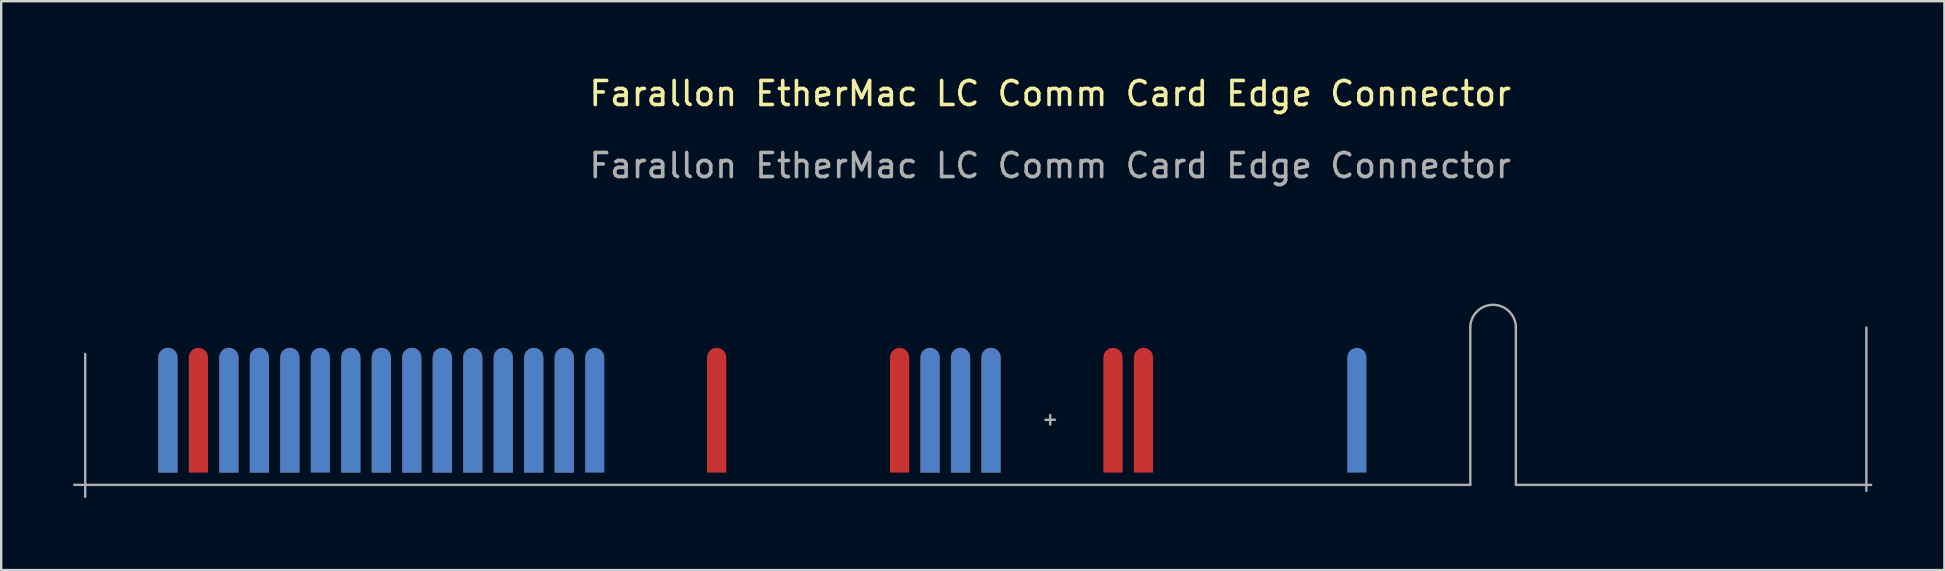
<source format=kicad_pcb>
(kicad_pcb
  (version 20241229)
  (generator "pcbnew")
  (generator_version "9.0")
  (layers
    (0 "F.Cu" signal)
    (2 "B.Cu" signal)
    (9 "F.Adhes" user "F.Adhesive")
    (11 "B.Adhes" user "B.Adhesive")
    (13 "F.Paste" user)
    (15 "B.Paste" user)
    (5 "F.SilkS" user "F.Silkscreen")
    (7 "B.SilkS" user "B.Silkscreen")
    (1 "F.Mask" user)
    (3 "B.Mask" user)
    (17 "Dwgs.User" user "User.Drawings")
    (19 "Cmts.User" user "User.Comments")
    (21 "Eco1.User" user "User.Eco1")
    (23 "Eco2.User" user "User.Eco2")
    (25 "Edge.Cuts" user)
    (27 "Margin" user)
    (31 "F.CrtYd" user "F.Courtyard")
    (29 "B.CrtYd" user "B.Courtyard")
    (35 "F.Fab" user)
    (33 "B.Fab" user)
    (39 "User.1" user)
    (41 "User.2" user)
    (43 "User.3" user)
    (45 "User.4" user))
  (footprint "Farallon EtherMac LC Comm Card Edge Connector"
    (layer "F.Cu")
    (at 40.7 14.138)
    (property "Reference" "Farallon EtherMac LC Comm Card Edge Connector" (at 0 -13.29 0) (unlocked yes) (layer "F.SilkS") (effects (font (size 1 1) (thickness 0.15))))
    (attr smd allow_soldermask_bridges)
    (fp_rect (start -40.3 -1.4) (end 18.5 3.2) (stroke (width 0.12) (type solid)) (fill yes) (layer "F.Mask"))
    (fp_rect (start -40.3 -1.4) (end 18.5 3.2) (stroke (width 0.12) (type solid)) (fill yes) (layer "B.Mask"))
    (fp_line (start -40.65 3.01) (end 17.5 3.01) (stroke (width 0.1) (type solid)) (layer "F.Fab"))
    (fp_line (start -40.2 3.51) (end -40.2 -2.44) (stroke (width 0.1) (type solid)) (layer "F.Fab"))
    (fp_line (start -0.2 0.3) (end 0.2 0.3) (stroke (width 0.1) (type default)) (layer "F.Fab"))
    (fp_line (start 0 0.1) (end 0 0.5) (stroke (width 0.1) (type default)) (layer "F.Fab"))
    (fp_line (start 17.5 3.01) (end 17.5 -3.54) (stroke (width 0.1) (type solid)) (layer "F.Fab"))
    (fp_line (start 19.4 -3.54) (end 19.4 3.01) (stroke (width 0.1) (type solid)) (layer "F.Fab"))
    (fp_line (start 19.4 3.01) (end 34.2 3.01) (stroke (width 0.1) (type solid)) (layer "F.Fab"))
    (fp_line (start 34 3.26) (end 34 -3.54) (stroke (width 0.1) (type solid)) (layer "F.Fab"))
    (fp_arc (start 17.5 -3.54) (mid 18.45 -4.49) (end 19.4 -3.54) (stroke (width 0.1) (type solid)) (layer "F.Fab"))
    (fp_text user "${REFERENCE}" (at 0 -10.29 0) (unlocked yes) (layer "F.Fab") (effects (font (size 1 1) (thickness 0.15))))
    (pad "5" connect roundrect (at -36.755 -0.1) (size 0.8 5.2) (layers "B.Cu" "B.Mask") (roundrect_rratio 0.5) (chamfer_ratio 0) (chamfer bottom_left bottom_right))
    (pad "6" connect roundrect (at -36.755 -0.1) (size 0.8 5.2) (layers "F.Cu" "F.Mask") (roundrect_rratio 0.5) (chamfer_ratio 0) (chamfer bottom_left bottom_right))
    (pad "8" connect roundrect (at -35.485 -0.1) (size 0.8 5.2) (layers "F.Cu" "F.Mask") (roundrect_rratio 0.5) (chamfer_ratio 0) (chamfer bottom_left bottom_right))
    (pad "9" connect roundrect (at -34.215 -0.1) (size 0.8 5.2) (layers "B.Cu" "B.Mask") (roundrect_rratio 0.5) (chamfer_ratio 0) (chamfer bottom_left bottom_right))
    (pad "10" connect roundrect (at -34.215 -0.1) (size 0.8 5.2) (layers "F.Cu" "F.Mask") (roundrect_rratio 0.5) (chamfer_ratio 0) (chamfer bottom_left bottom_right))
    (pad "11" connect roundrect (at -32.945 -0.1) (size 0.8 5.2) (layers "B.Cu" "B.Mask") (roundrect_rratio 0.5) (chamfer_ratio 0) (chamfer bottom_left bottom_right))
    (pad "12" connect roundrect (at -32.945 -0.1) (size 0.8 5.2) (layers "F.Cu" "F.Mask") (roundrect_rratio 0.5) (chamfer_ratio 0) (chamfer bottom_left bottom_right))
    (pad "13" connect roundrect (at -31.675 -0.1) (size 0.8 5.2) (layers "B.Cu" "B.Mask") (roundrect_rratio 0.5) (chamfer_ratio 0) (chamfer bottom_left bottom_right))
    (pad "14" connect roundrect (at -31.675 -0.1) (size 0.8 5.2) (layers "F.Cu" "F.Mask") (roundrect_rratio 0.5) (chamfer_ratio 0) (chamfer bottom_left bottom_right))
    (pad "15" connect roundrect (at -30.405 -0.1) (size 0.8 5.2) (layers "B.Cu" "B.Mask") (roundrect_rratio 0.5) (chamfer_ratio 0) (chamfer bottom_left bottom_right))
    (pad "17" connect roundrect (at -29.135 -0.1) (size 0.8 5.2) (layers "B.Cu" "B.Mask") (roundrect_rratio 0.5) (chamfer_ratio 0) (chamfer bottom_left bottom_right))
    (pad "18" connect roundrect (at -29.135 -0.1) (size 0.8 5.2) (layers "F.Cu" "F.Mask") (roundrect_rratio 0.5) (chamfer_ratio 0) (chamfer bottom_left bottom_right))
    (pad "19" connect roundrect (at -27.865 -0.1) (size 0.8 5.2) (layers "B.Cu" "B.Mask") (roundrect_rratio 0.5) (chamfer_ratio 0) (chamfer bottom_left bottom_right))
    (pad "20" connect roundrect (at -27.865 -0.1) (size 0.8 5.2) (layers "F.Cu" "F.Mask") (roundrect_rratio 0.5) (chamfer_ratio 0) (chamfer bottom_left bottom_right))
    (pad "21" connect roundrect (at -26.595 -0.1) (size 0.8 5.2) (layers "B.Cu" "B.Mask") (roundrect_rratio 0.5) (chamfer_ratio 0) (chamfer bottom_left bottom_right))
    (pad "22" connect roundrect (at -26.595 -0.1) (size 0.8 5.2) (layers "F.Cu" "F.Mask") (roundrect_rratio 0.5) (chamfer_ratio 0) (chamfer bottom_left bottom_right))
    (pad "23" connect roundrect (at -25.325 -0.1) (size 0.8 5.2) (layers "B.Cu" "B.Mask") (roundrect_rratio 0.5) (chamfer_ratio 0) (chamfer bottom_left bottom_right))
    (pad "24" connect roundrect (at -25.325 -0.1) (size 0.8 5.2) (layers "F.Cu" "F.Mask") (roundrect_rratio 0.5) (chamfer_ratio 0) (chamfer bottom_left bottom_right))
    (pad "25" connect roundrect (at -24.055 -0.1) (size 0.8 5.2) (layers "B.Cu" "B.Mask") (roundrect_rratio 0.5) (chamfer_ratio 0) (chamfer bottom_left bottom_right))
    (pad "26" connect roundrect (at -24.055 -0.1) (size 0.8 5.2) (layers "F.Cu" "F.Mask") (roundrect_rratio 0.5) (chamfer_ratio 0) (chamfer bottom_left bottom_right))
    (pad "27" connect roundrect (at -22.785 -0.1) (size 0.8 5.2) (layers "B.Cu" "B.Mask") (roundrect_rratio 0.5) (chamfer_ratio 0) (chamfer bottom_left bottom_right))
    (pad "28" connect roundrect (at -22.785 -0.1) (size 0.8 5.2) (layers "F.Cu" "F.Mask") (roundrect_rratio 0.5) (chamfer_ratio 0) (chamfer bottom_left bottom_right))
    (pad "29" connect roundrect (at -21.515 -0.1) (size 0.8 5.2) (layers "B.Cu" "B.Mask") (roundrect_rratio 0.5) (chamfer_ratio 0) (chamfer bottom_left bottom_right))
    (pad "30" connect roundrect (at -21.515 -0.1) (size 0.8 5.2) (layers "F.Cu" "F.Mask") (roundrect_rratio 0.5) (chamfer_ratio 0) (chamfer bottom_left bottom_right))
    (pad "31" connect roundrect (at -20.245 -0.1) (size 0.8 5.2) (layers "B.Cu" "B.Mask") (roundrect_rratio 0.5) (chamfer_ratio 0) (chamfer bottom_left bottom_right))
    (pad "32" connect roundrect (at -20.245 -0.1) (size 0.8 5.2) (layers "F.Cu" "F.Mask") (roundrect_rratio 0.5) (chamfer_ratio 0) (chamfer bottom_left bottom_right))
    (pad "33" connect roundrect (at -18.975 -0.1) (size 0.8 5.2) (layers "B.Cu" "B.Mask") (roundrect_rratio 0.5) (chamfer_ratio 0) (chamfer bottom_left bottom_right))
    (pad "42" connect roundrect (at -13.895 -0.1) (size 0.8 5.2) (layers "F.Cu" "F.Mask") (roundrect_rratio 0.5) (chamfer_ratio 0) (chamfer bottom_left bottom_right))
    (pad "54" connect roundrect (at -6.275 -0.1) (size 0.8 5.2) (layers "F.Cu" "F.Mask") (roundrect_rratio 0.5) (chamfer_ratio 0) (chamfer bottom_left bottom_right))
    (pad "55" connect roundrect (at -5.005 -0.1) (size 0.8 5.2) (layers "B.Cu" "B.Mask") (roundrect_rratio 0.5) (chamfer_ratio 0) (chamfer bottom_left bottom_right))
    (pad "56" connect roundrect (at -5.005 -0.1) (size 0.8 5.2) (layers "F.Cu" "F.Mask") (roundrect_rratio 0.5) (chamfer_ratio 0) (chamfer bottom_left bottom_right))
    (pad "57" connect roundrect (at -3.735 -0.1) (size 0.8 5.2) (layers "B.Cu" "B.Mask") (roundrect_rratio 0.5) (chamfer_ratio 0) (chamfer bottom_left bottom_right))
    (pad "58" connect roundrect (at -3.735 -0.1) (size 0.8 5.2) (layers "F.Cu" "F.Mask") (roundrect_rratio 0.5) (chamfer_ratio 0) (chamfer bottom_left bottom_right))
    (pad "59" connect roundrect (at -2.465 -0.1) (size 0.8 5.2) (layers "B.Cu" "B.Mask") (roundrect_rratio 0.5) (chamfer_ratio 0) (chamfer bottom_left bottom_right))
    (pad "60" connect roundrect (at -2.465 -0.1) (size 0.8 5.2) (layers "F.Cu" "F.Mask") (roundrect_rratio 0.5) (chamfer_ratio 0) (chamfer bottom_left bottom_right))
    (pad "68" connect roundrect (at 2.615 -0.1) (size 0.8 5.2) (layers "F.Cu" "F.Mask") (roundrect_rratio 0.5) (chamfer_ratio 0) (chamfer bottom_left bottom_right))
    (pad "70" connect roundrect (at 3.885 -0.1) (size 0.8 5.2) (layers "F.Cu" "F.Mask") (roundrect_rratio 0.5) (chamfer_ratio 0) (chamfer bottom_left bottom_right))
    (pad "83" connect roundrect (at 12.775 -0.1) (size 0.8 5.2) (layers "B.Cu" "B.Mask") (roundrect_rratio 0.5) (chamfer_ratio 0) (chamfer bottom_left bottom_right)))
  (gr_rect
    (start -3 -3)
    (end 77.95 20.698)
    (stroke (width 0.1) (type default))
    (fill no)
    (layer "Edge.Cuts")))
</source>
